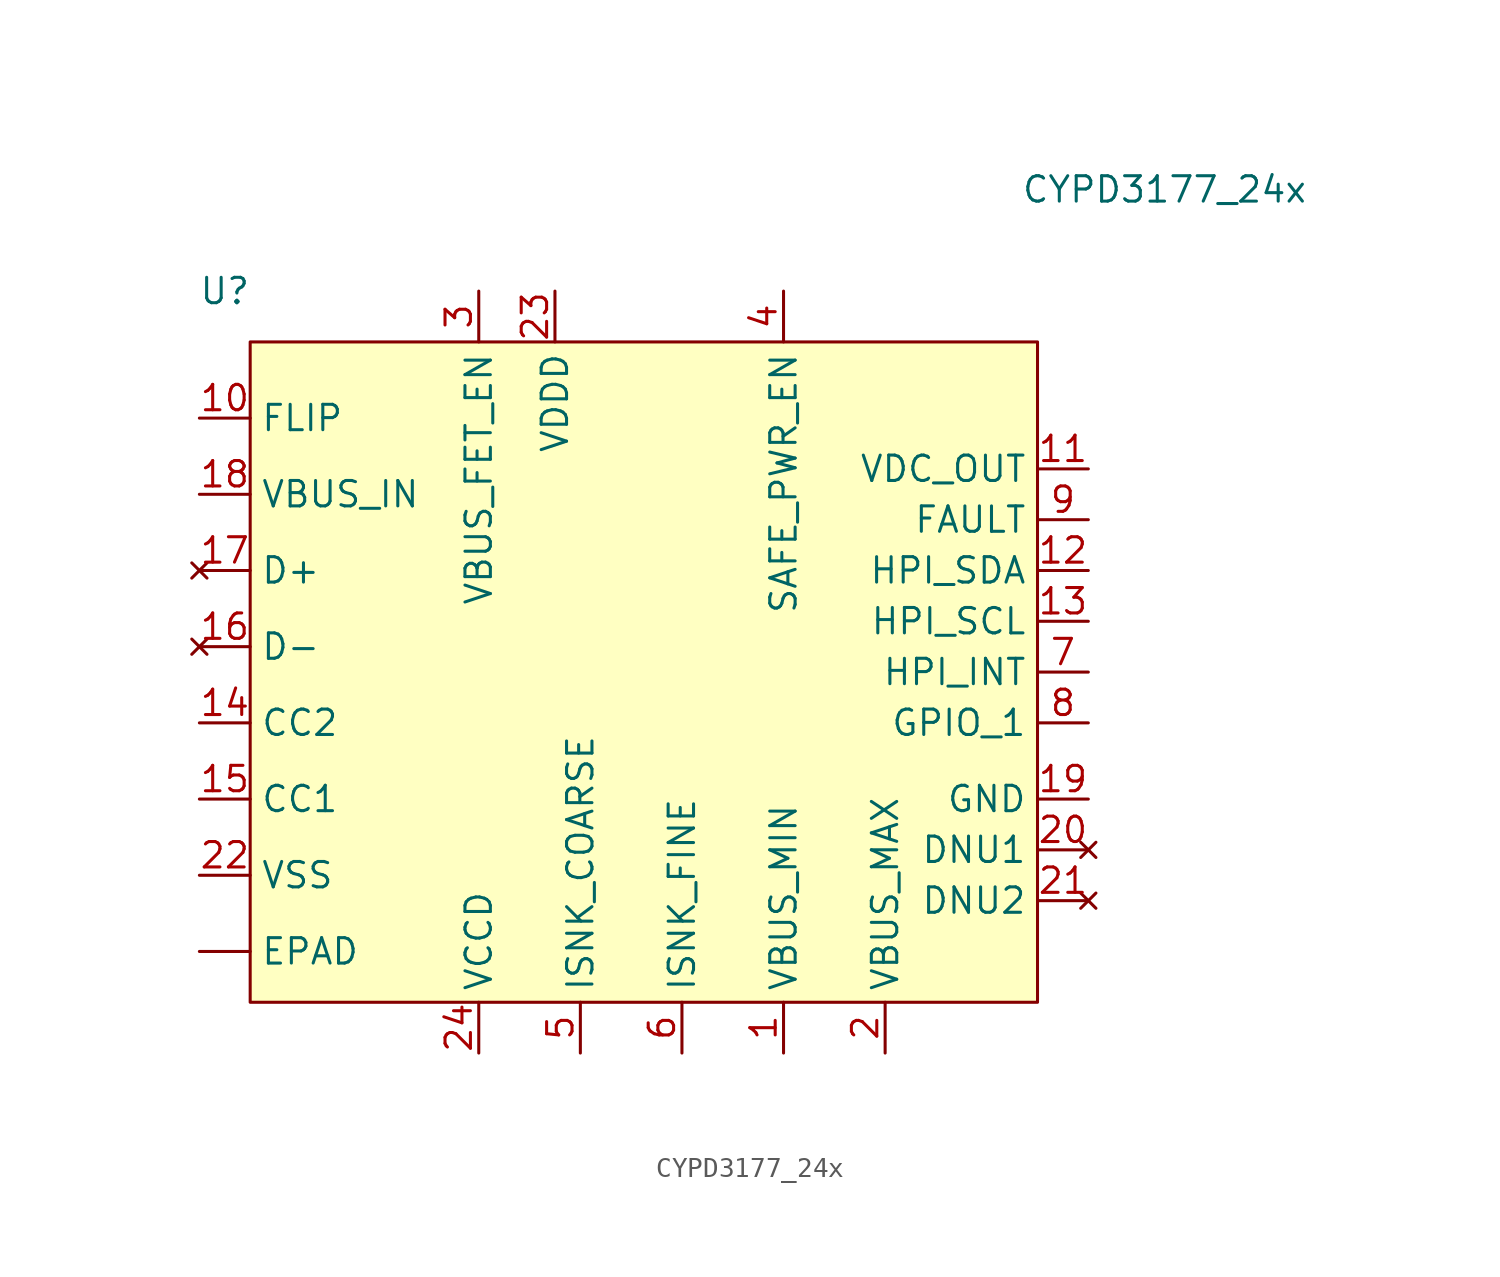
<source format=kicad_sym>
(kicad_symbol_lib
  (version 20220914)
  (generator kicad_symbol_editor)
  (symbol "CYPD3177_24x"
    (property "Reference" "U"
      (at -24.13 15.24 0)
      (effects (font (size 1.27 1.27))))
    (property "Value" "CYPD3177_24x"
      (at 22.86 20.32 0)
      (effects (font (size 1.27 1.27))))
    (symbol "CYPD3177_24x_1_1"
      (rectangle (start -22.86 12.7) (end 16.51 -20.32) (stroke (width 0) (type default)) (fill (type background)))
      (pin power_in line (at -25.4 -17.78 0) (length 2.54) (name "EPAD" (effects (font (size 1.27 1.27)))) (number "" (effects (font (size 1.27 1.27)))))
      (pin input line (at 3.81 -22.86 90) (length 2.54) (name "VBUS_MIN" (effects (font (size 1.27 1.27)))) (number "1" (effects (font (size 1.27 1.27)))))
      (pin bidirectional line (at -25.4 8.89 0) (length 2.54) (name "FLIP" (effects (font (size 1.27 1.27)))) (number "10" (effects (font (size 1.27 1.27)))))
      (pin power_out line (at 19.05 6.35 180) (length 2.54) (name "VDC_OUT" (effects (font (size 1.27 1.27)))) (number "11" (effects (font (size 1.27 1.27)))))
      (pin bidirectional line (at 19.05 1.27 180) (length 2.54) (name "HPI_SDA" (effects (font (size 1.27 1.27)))) (number "12" (effects (font (size 1.27 1.27)))))
      (pin input line (at 19.05 -1.27 180) (length 2.54) (name "HPI_SCL" (effects (font (size 1.27 1.27)))) (number "13" (effects (font (size 1.27 1.27)))))
      (pin bidirectional line (at -25.4 -6.35 0) (length 2.54) (name "CC2" (effects (font (size 1.27 1.27)))) (number "14" (effects (font (size 1.27 1.27)))))
      (pin bidirectional line (at -25.4 -10.16 0) (length 2.54) (name "CC1" (effects (font (size 1.27 1.27)))) (number "15" (effects (font (size 1.27 1.27)))))
      (pin no_connect line (at -25.4 -2.54 0) (length 2.54) (name "D-" (effects (font (size 1.27 1.27)))) (number "16" (effects (font (size 1.27 1.27)))))
      (pin no_connect line (at -25.4 1.27 0) (length 2.54) (name "D+" (effects (font (size 1.27 1.27)))) (number "17" (effects (font (size 1.27 1.27)))))
      (pin power_in line (at -25.4 5.08 0) (length 2.54) (name "VBUS_IN" (effects (font (size 1.27 1.27)))) (number "18" (effects (font (size 1.27 1.27)))))
      (pin power_in line (at 19.05 -10.16 180) (length 2.54) (name "GND" (effects (font (size 1.27 1.27)))) (number "19" (effects (font (size 1.27 1.27)))))
      (pin input line (at 8.89 -22.86 90) (length 2.54) (name "VBUS_MAX" (effects (font (size 1.27 1.27)))) (number "2" (effects (font (size 1.27 1.27)))))
      (pin no_connect line (at 19.05 -12.7 180) (length 2.54) (name "DNU1" (effects (font (size 1.27 1.27)))) (number "20" (effects (font (size 1.27 1.27)))))
      (pin no_connect line (at 19.05 -15.24 180) (length 2.54) (name "DNU2" (effects (font (size 1.27 1.27)))) (number "21" (effects (font (size 1.27 1.27)))))
      (pin power_in line (at -25.4 -13.97 0) (length 2.54) (name "VSS" (effects (font (size 1.27 1.27)))) (number "22" (effects (font (size 1.27 1.27)))))
      (pin power_out line (at -7.62 15.24 270) (length 2.54) (name "VDDD" (effects (font (size 1.27 1.27)))) (number "23" (effects (font (size 1.27 1.27)))))
      (pin power_out line (at -11.43 -22.86 90) (length 2.54) (name "VCCD" (effects (font (size 1.27 1.27)))) (number "24" (effects (font (size 1.27 1.27)))))
      (pin output line (at -11.43 15.24 270) (length 2.54) (name "VBUS_FET_EN" (effects (font (size 1.27 1.27)))) (number "3" (effects (font (size 1.27 1.27)))))
      (pin output line (at 3.81 15.24 270) (length 2.54) (name "SAFE_PWR_EN" (effects (font (size 1.27 1.27)))) (number "4" (effects (font (size 1.27 1.27)))))
      (pin input line (at -6.35 -22.86 90) (length 2.54) (name "ISNK_COARSE" (effects (font (size 1.27 1.27)))) (number "5" (effects (font (size 1.27 1.27)))))
      (pin input line (at -1.27 -22.86 90) (length 2.54) (name "ISNK_FINE" (effects (font (size 1.27 1.27)))) (number "6" (effects (font (size 1.27 1.27)))))
      (pin input line (at 19.05 -3.81 180) (length 2.54) (name "HPI_INT" (effects (font (size 1.27 1.27)))) (number "7" (effects (font (size 1.27 1.27)))))
      (pin bidirectional line (at 19.05 -6.35 180) (length 2.54) (name "GPIO_1" (effects (font (size 1.27 1.27)))) (number "8" (effects (font (size 1.27 1.27)))))
      (pin output line (at 19.05 3.81 180) (length 2.54) (name "FAULT" (effects (font (size 1.27 1.27)))) (number "9" (effects (font (size 1.27 1.27))))))))
</source>
